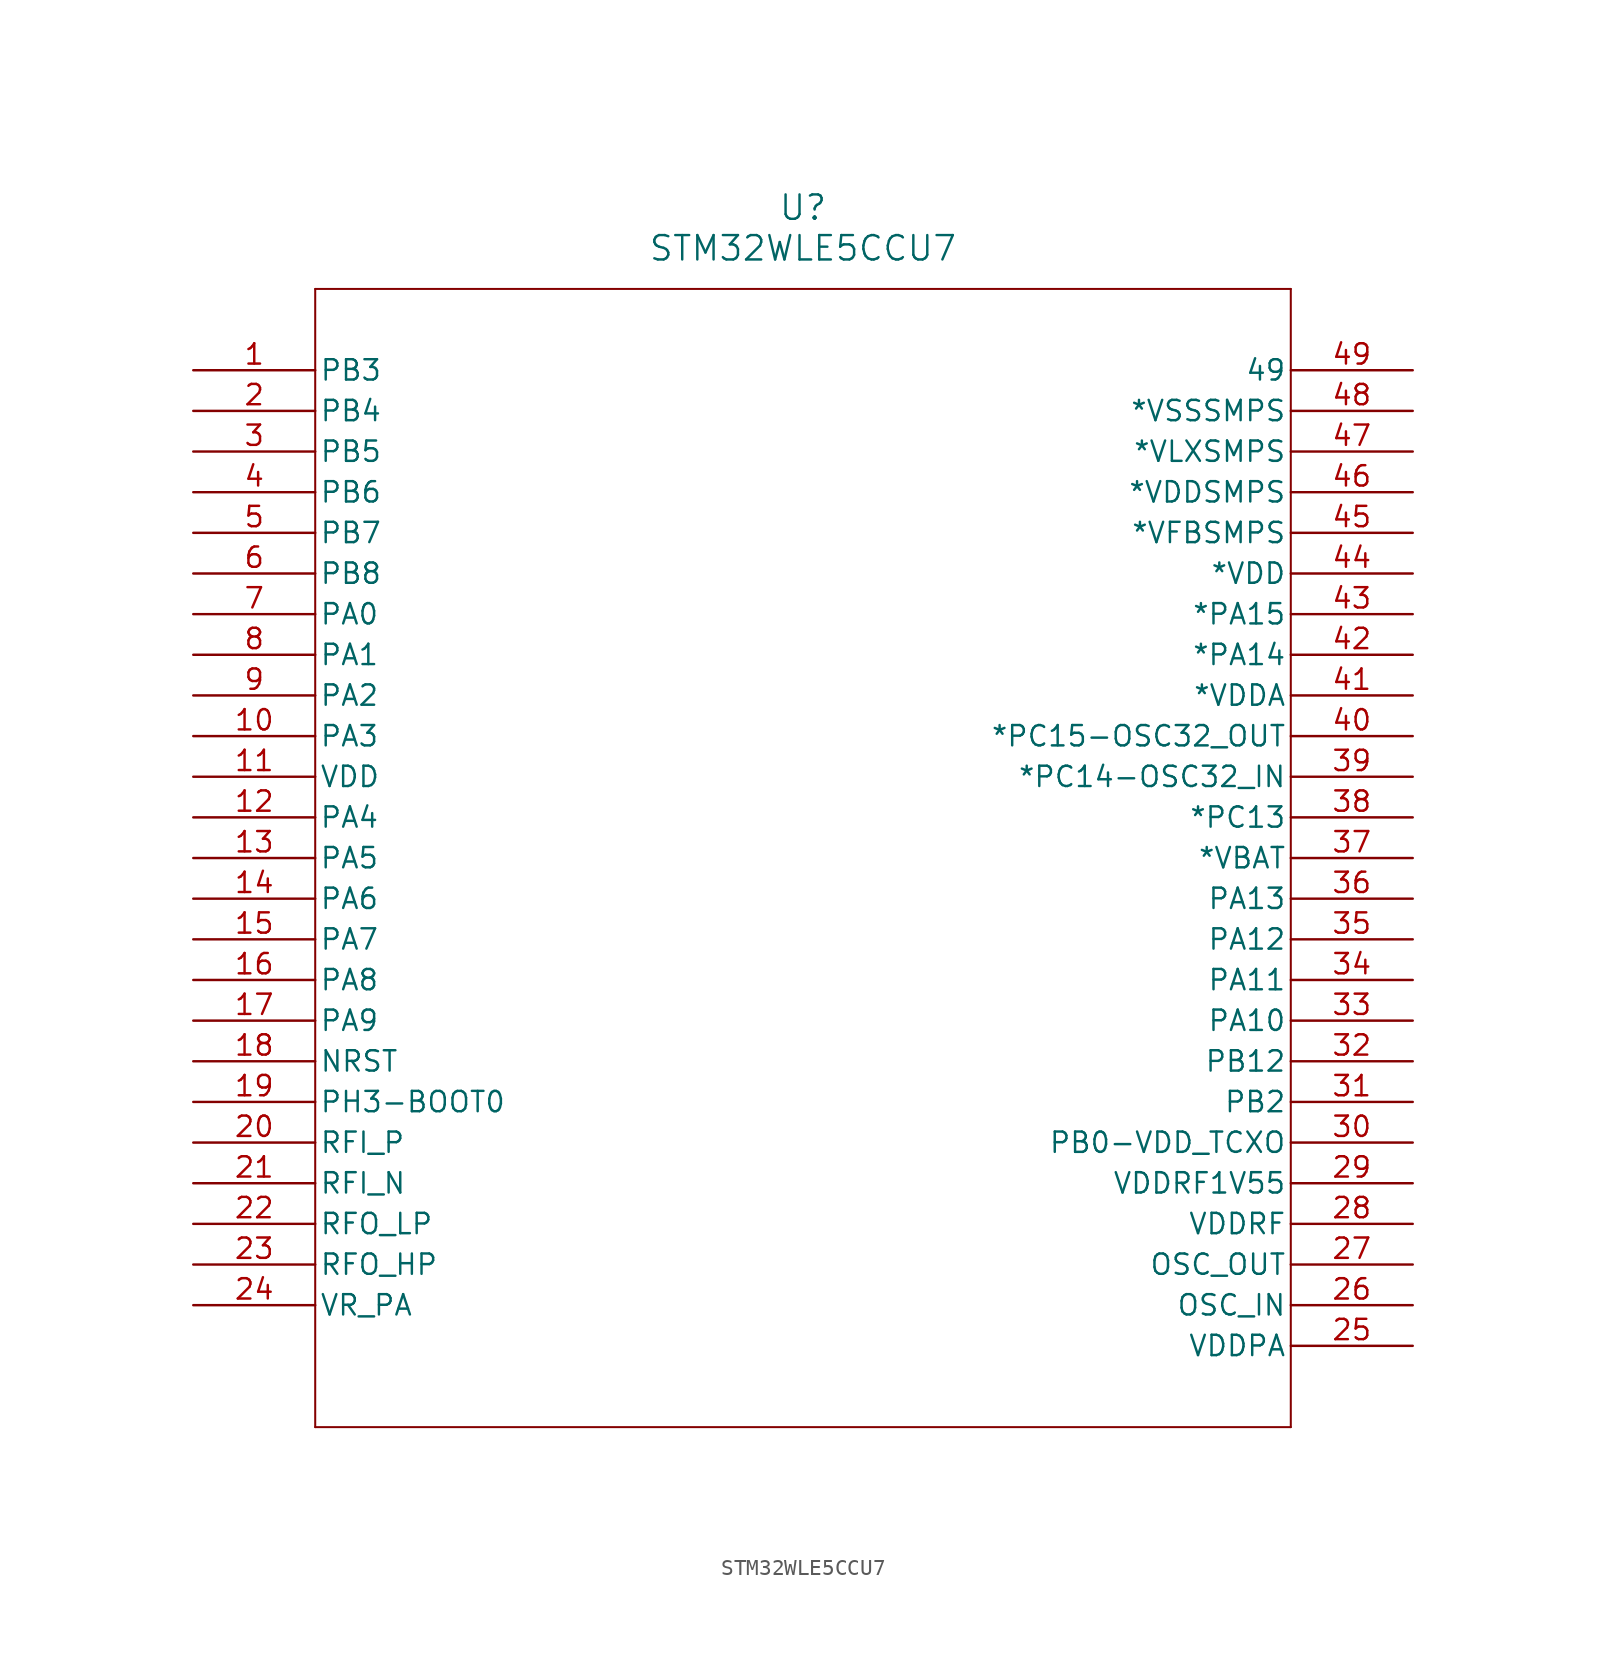
<source format=kicad_sym>
(kicad_symbol_lib
  (version 20211014)
  (generator kicad_symbol_editor)
  (symbol "STM32WLE5CCU7"
    (pin_names
      (offset 0.254))
    (property "Reference" "U"
      (at 38.1 10.16 0)
      (effects (font (size 1.524 1.524))))
    (property "Value" "STM32WLE5CCU7"
      (at 38.1 7.62 0)
      (effects (font (size 1.524 1.524))))
    (symbol "STM32WLE5CCU7_0_1"
      (polyline (pts (xy 7.62 5.08) (xy 7.62 -66.04)) (stroke (width 0.127) (type default) (color 0 0 0 0)) (fill (type none)))
      (polyline (pts (xy 7.62 -66.04) (xy 68.58 -66.04)) (stroke (width 0.127) (type default) (color 0 0 0 0)) (fill (type none)))
      (polyline (pts (xy 68.58 -66.04) (xy 68.58 5.08)) (stroke (width 0.127) (type default) (color 0 0 0 0)) (fill (type none)))
      (polyline (pts (xy 68.58 5.08) (xy 7.62 5.08)) (stroke (width 0.127) (type default) (color 0 0 0 0)) (fill (type none)))
      (pin bidirectional line (at 0 0 0) (length 7.62) (name "PB3" (effects (font (size 1.27 1.27)))) (number "1" (effects (font (size 1.27 1.27)))))
      (pin bidirectional line (at 0 -2.54 0) (length 7.62) (name "PB4" (effects (font (size 1.27 1.27)))) (number "2" (effects (font (size 1.27 1.27)))))
      (pin bidirectional line (at 0 -5.08 0) (length 7.62) (name "PB5" (effects (font (size 1.27 1.27)))) (number "3" (effects (font (size 1.27 1.27)))))
      (pin bidirectional line (at 0 -7.62 0) (length 7.62) (name "PB6" (effects (font (size 1.27 1.27)))) (number "4" (effects (font (size 1.27 1.27)))))
      (pin bidirectional line (at 0 -10.16 0) (length 7.62) (name "PB7" (effects (font (size 1.27 1.27)))) (number "5" (effects (font (size 1.27 1.27)))))
      (pin bidirectional line (at 0 -12.7 0) (length 7.62) (name "PB8" (effects (font (size 1.27 1.27)))) (number "6" (effects (font (size 1.27 1.27)))))
      (pin bidirectional line (at 0 -15.24 0) (length 7.62) (name "PA0" (effects (font (size 1.27 1.27)))) (number "7" (effects (font (size 1.27 1.27)))))
      (pin bidirectional line (at 0 -17.78 0) (length 7.62) (name "PA1" (effects (font (size 1.27 1.27)))) (number "8" (effects (font (size 1.27 1.27)))))
      (pin bidirectional line (at 0 -20.32 0) (length 7.62) (name "PA2" (effects (font (size 1.27 1.27)))) (number "9" (effects (font (size 1.27 1.27)))))
      (pin bidirectional line (at 0 -22.86 0) (length 7.62) (name "PA3" (effects (font (size 1.27 1.27)))) (number "10" (effects (font (size 1.27 1.27)))))
      (pin power_in line (at 0 -25.4 0) (length 7.62) (name "VDD" (effects (font (size 1.27 1.27)))) (number "11" (effects (font (size 1.27 1.27)))))
      (pin bidirectional line (at 0 -27.94 0) (length 7.62) (name "PA4" (effects (font (size 1.27 1.27)))) (number "12" (effects (font (size 1.27 1.27)))))
      (pin bidirectional line (at 0 -30.48 0) (length 7.62) (name "PA5" (effects (font (size 1.27 1.27)))) (number "13" (effects (font (size 1.27 1.27)))))
      (pin bidirectional line (at 0 -33.02 0) (length 7.62) (name "PA6" (effects (font (size 1.27 1.27)))) (number "14" (effects (font (size 1.27 1.27)))))
      (pin bidirectional line (at 0 -35.56 0) (length 7.62) (name "PA7" (effects (font (size 1.27 1.27)))) (number "15" (effects (font (size 1.27 1.27)))))
      (pin bidirectional line (at 0 -38.1 0) (length 7.62) (name "PA8" (effects (font (size 1.27 1.27)))) (number "16" (effects (font (size 1.27 1.27)))))
      (pin bidirectional line (at 0 -40.64 0) (length 7.62) (name "PA9" (effects (font (size 1.27 1.27)))) (number "17" (effects (font (size 1.27 1.27)))))
      (pin unspecified line (at 0 -43.18 0) (length 7.62) (name "NRST" (effects (font (size 1.27 1.27)))) (number "18" (effects (font (size 1.27 1.27)))))
      (pin unspecified line (at 0 -45.72 0) (length 7.62) (name "PH3-BOOT0" (effects (font (size 1.27 1.27)))) (number "19" (effects (font (size 1.27 1.27)))))
      (pin unspecified line (at 0 -48.26 0) (length 7.62) (name "RFI_P" (effects (font (size 1.27 1.27)))) (number "20" (effects (font (size 1.27 1.27)))))
      (pin unspecified line (at 0 -50.8 0) (length 7.62) (name "RFI_N" (effects (font (size 1.27 1.27)))) (number "21" (effects (font (size 1.27 1.27)))))
      (pin unspecified line (at 0 -53.34 0) (length 7.62) (name "RFO_LP" (effects (font (size 1.27 1.27)))) (number "22" (effects (font (size 1.27 1.27)))))
      (pin unspecified line (at 0 -55.88 0) (length 7.62) (name "RFO_HP" (effects (font (size 1.27 1.27)))) (number "23" (effects (font (size 1.27 1.27)))))
      (pin unspecified line (at 0 -58.42 0) (length 7.62) (name "VR_PA" (effects (font (size 1.27 1.27)))) (number "24" (effects (font (size 1.27 1.27)))))
      (pin power_in line (at 76.2 -60.96 180) (length 7.62) (name "VDDPA" (effects (font (size 1.27 1.27)))) (number "25" (effects (font (size 1.27 1.27)))))
      (pin unspecified line (at 76.2 -58.42 180) (length 7.62) (name "OSC_IN" (effects (font (size 1.27 1.27)))) (number "26" (effects (font (size 1.27 1.27)))))
      (pin output line (at 76.2 -55.88 180) (length 7.62) (name "OSC_OUT" (effects (font (size 1.27 1.27)))) (number "27" (effects (font (size 1.27 1.27)))))
      (pin power_in line (at 76.2 -53.34 180) (length 7.62) (name "VDDRF" (effects (font (size 1.27 1.27)))) (number "28" (effects (font (size 1.27 1.27)))))
      (pin power_in line (at 76.2 -50.8 180) (length 7.62) (name "VDDRF1V55" (effects (font (size 1.27 1.27)))) (number "29" (effects (font (size 1.27 1.27)))))
      (pin power_in line (at 76.2 -48.26 180) (length 7.62) (name "PB0-VDD_TCXO" (effects (font (size 1.27 1.27)))) (number "30" (effects (font (size 1.27 1.27)))))
      (pin bidirectional line (at 76.2 -45.72 180) (length 7.62) (name "PB2" (effects (font (size 1.27 1.27)))) (number "31" (effects (font (size 1.27 1.27)))))
      (pin bidirectional line (at 76.2 -43.18 180) (length 7.62) (name "PB12" (effects (font (size 1.27 1.27)))) (number "32" (effects (font (size 1.27 1.27)))))
      (pin bidirectional line (at 76.2 -40.64 180) (length 7.62) (name "PA10" (effects (font (size 1.27 1.27)))) (number "33" (effects (font (size 1.27 1.27)))))
      (pin bidirectional line (at 76.2 -38.1 180) (length 7.62) (name "PA11" (effects (font (size 1.27 1.27)))) (number "34" (effects (font (size 1.27 1.27)))))
      (pin bidirectional line (at 76.2 -35.56 180) (length 7.62) (name "PA12" (effects (font (size 1.27 1.27)))) (number "35" (effects (font (size 1.27 1.27)))))
      (pin bidirectional line (at 76.2 -33.02 180) (length 7.62) (name "PA13" (effects (font (size 1.27 1.27)))) (number "36" (effects (font (size 1.27 1.27)))))
      (pin unspecified line (at 76.2 -30.48 180) (length 7.62) (name "*VBAT" (effects (font (size 1.27 1.27)))) (number "37" (effects (font (size 1.27 1.27)))))
      (pin bidirectional line (at 76.2 -27.94 180) (length 7.62) (name "*PC13" (effects (font (size 1.27 1.27)))) (number "38" (effects (font (size 1.27 1.27)))))
      (pin bidirectional line (at 76.2 -25.4 180) (length 7.62) (name "*PC14-OSC32_IN" (effects (font (size 1.27 1.27)))) (number "39" (effects (font (size 1.27 1.27)))))
      (pin output line (at 76.2 -22.86 180) (length 7.62) (name "*PC15-OSC32_OUT" (effects (font (size 1.27 1.27)))) (number "40" (effects (font (size 1.27 1.27)))))
      (pin power_in line (at 76.2 -20.32 180) (length 7.62) (name "*VDDA" (effects (font (size 1.27 1.27)))) (number "41" (effects (font (size 1.27 1.27)))))
      (pin bidirectional line (at 76.2 -17.78 180) (length 7.62) (name "*PA14" (effects (font (size 1.27 1.27)))) (number "42" (effects (font (size 1.27 1.27)))))
      (pin bidirectional line (at 76.2 -15.24 180) (length 7.62) (name "*PA15" (effects (font (size 1.27 1.27)))) (number "43" (effects (font (size 1.27 1.27)))))
      (pin power_in line (at 76.2 -12.7 180) (length 7.62) (name "*VDD" (effects (font (size 1.27 1.27)))) (number "44" (effects (font (size 1.27 1.27)))))
      (pin unspecified line (at 76.2 -10.16 180) (length 7.62) (name "*VFBSMPS" (effects (font (size 1.27 1.27)))) (number "45" (effects (font (size 1.27 1.27)))))
      (pin power_in line (at 76.2 -7.62 180) (length 7.62) (name "*VDDSMPS" (effects (font (size 1.27 1.27)))) (number "46" (effects (font (size 1.27 1.27)))))
      (pin unspecified line (at 76.2 -5.08 180) (length 7.62) (name "*VLXSMPS" (effects (font (size 1.27 1.27)))) (number "47" (effects (font (size 1.27 1.27)))))
      (pin power_out line (at 76.2 -2.54 180) (length 7.62) (name "*VSSSMPS" (effects (font (size 1.27 1.27)))) (number "48" (effects (font (size 1.27 1.27)))))
      (pin unspecified line (at 76.2 0 180) (length 7.62) (name "49" (effects (font (size 1.27 1.27)))) (number "49" (effects (font (size 1.27 1.27))))))))
</source>
